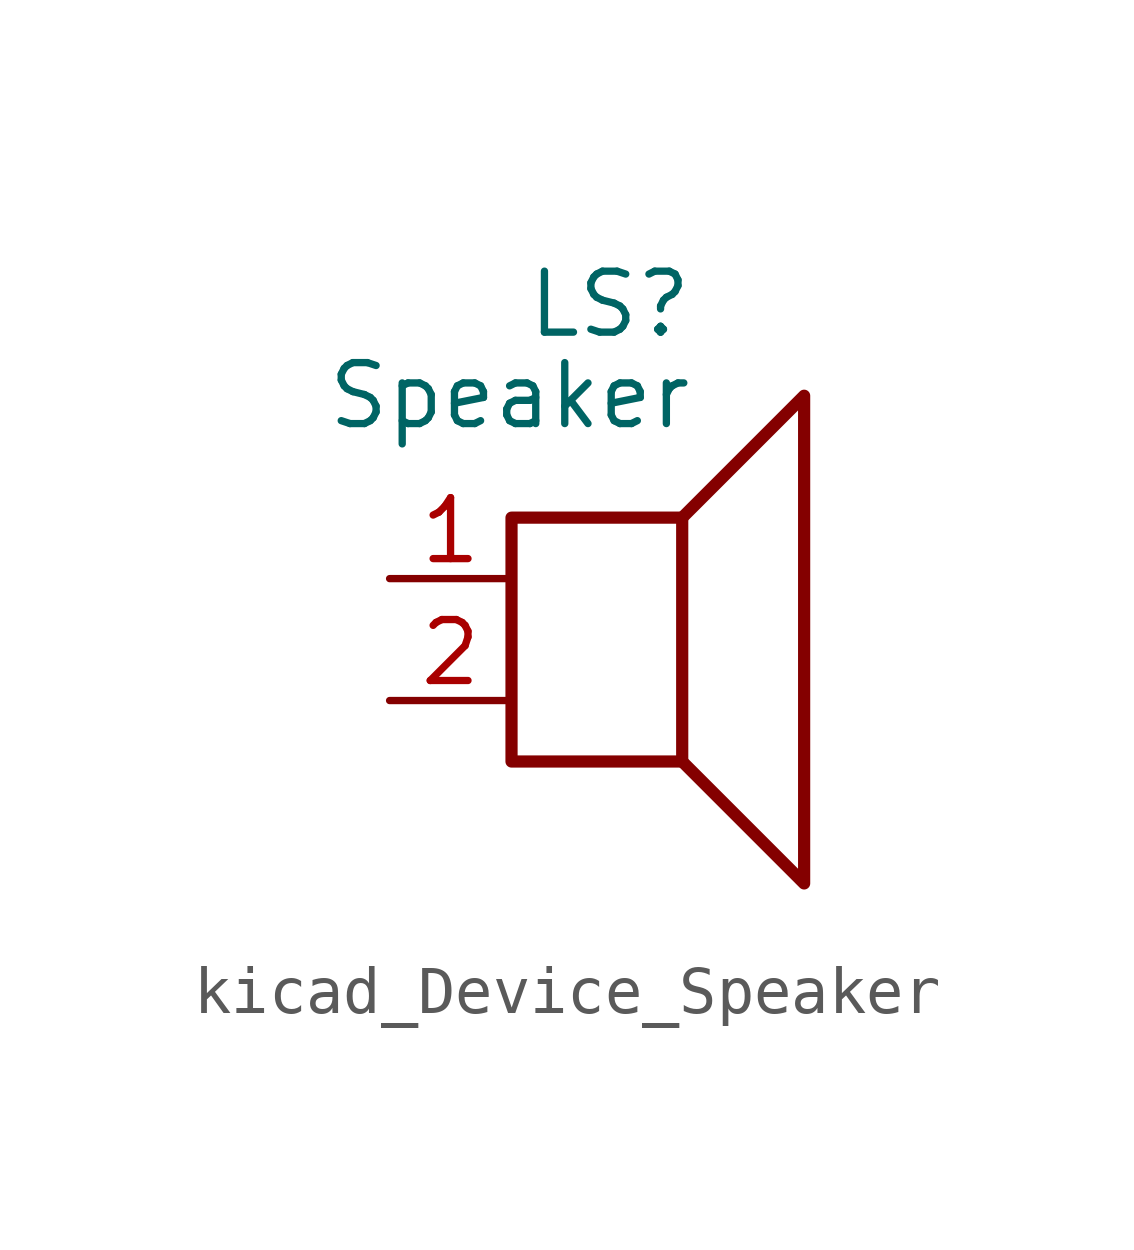
<source format=kicad_sym>
(kicad_symbol_lib
  (version 20220914)
  (generator kicad_symbol_editor)
  (symbol "kicad_Device_Speaker"
    (pin_names
      (offset 0) hide)
    (property "Reference" "LS"
      (at 1.27 5.715 0)
      (effects (font (size 1.27 1.27)) (justify right)))
    (property "Value" "Speaker"
      (at 1.27 3.81 0)
      (effects (font (size 1.27 1.27)) (justify right)))
    (symbol "kicad_Device_Speaker_0_0"
      (rectangle (start -2.54 1.27) (end 1.016 -3.81) (stroke (width 0.254) (type default)) (fill (type none)))
      (polyline (pts (xy 1.016 1.27) (xy 3.556 3.81) (xy 3.556 -6.35) (xy 1.016 -3.81)) (stroke (width 0.254) (type default)) (fill (type none))))
    (symbol "kicad_Device_Speaker_1_1"
      (pin input line (at -5.08 0 0) (length 2.54) (name "1" (effects (font (size 1.27 1.27)))) (number "1" (effects (font (size 1.27 1.27)))))
      (pin input line (at -5.08 -2.54 0) (length 2.54) (name "2" (effects (font (size 1.27 1.27)))) (number "2" (effects (font (size 1.27 1.27))))))))
</source>
